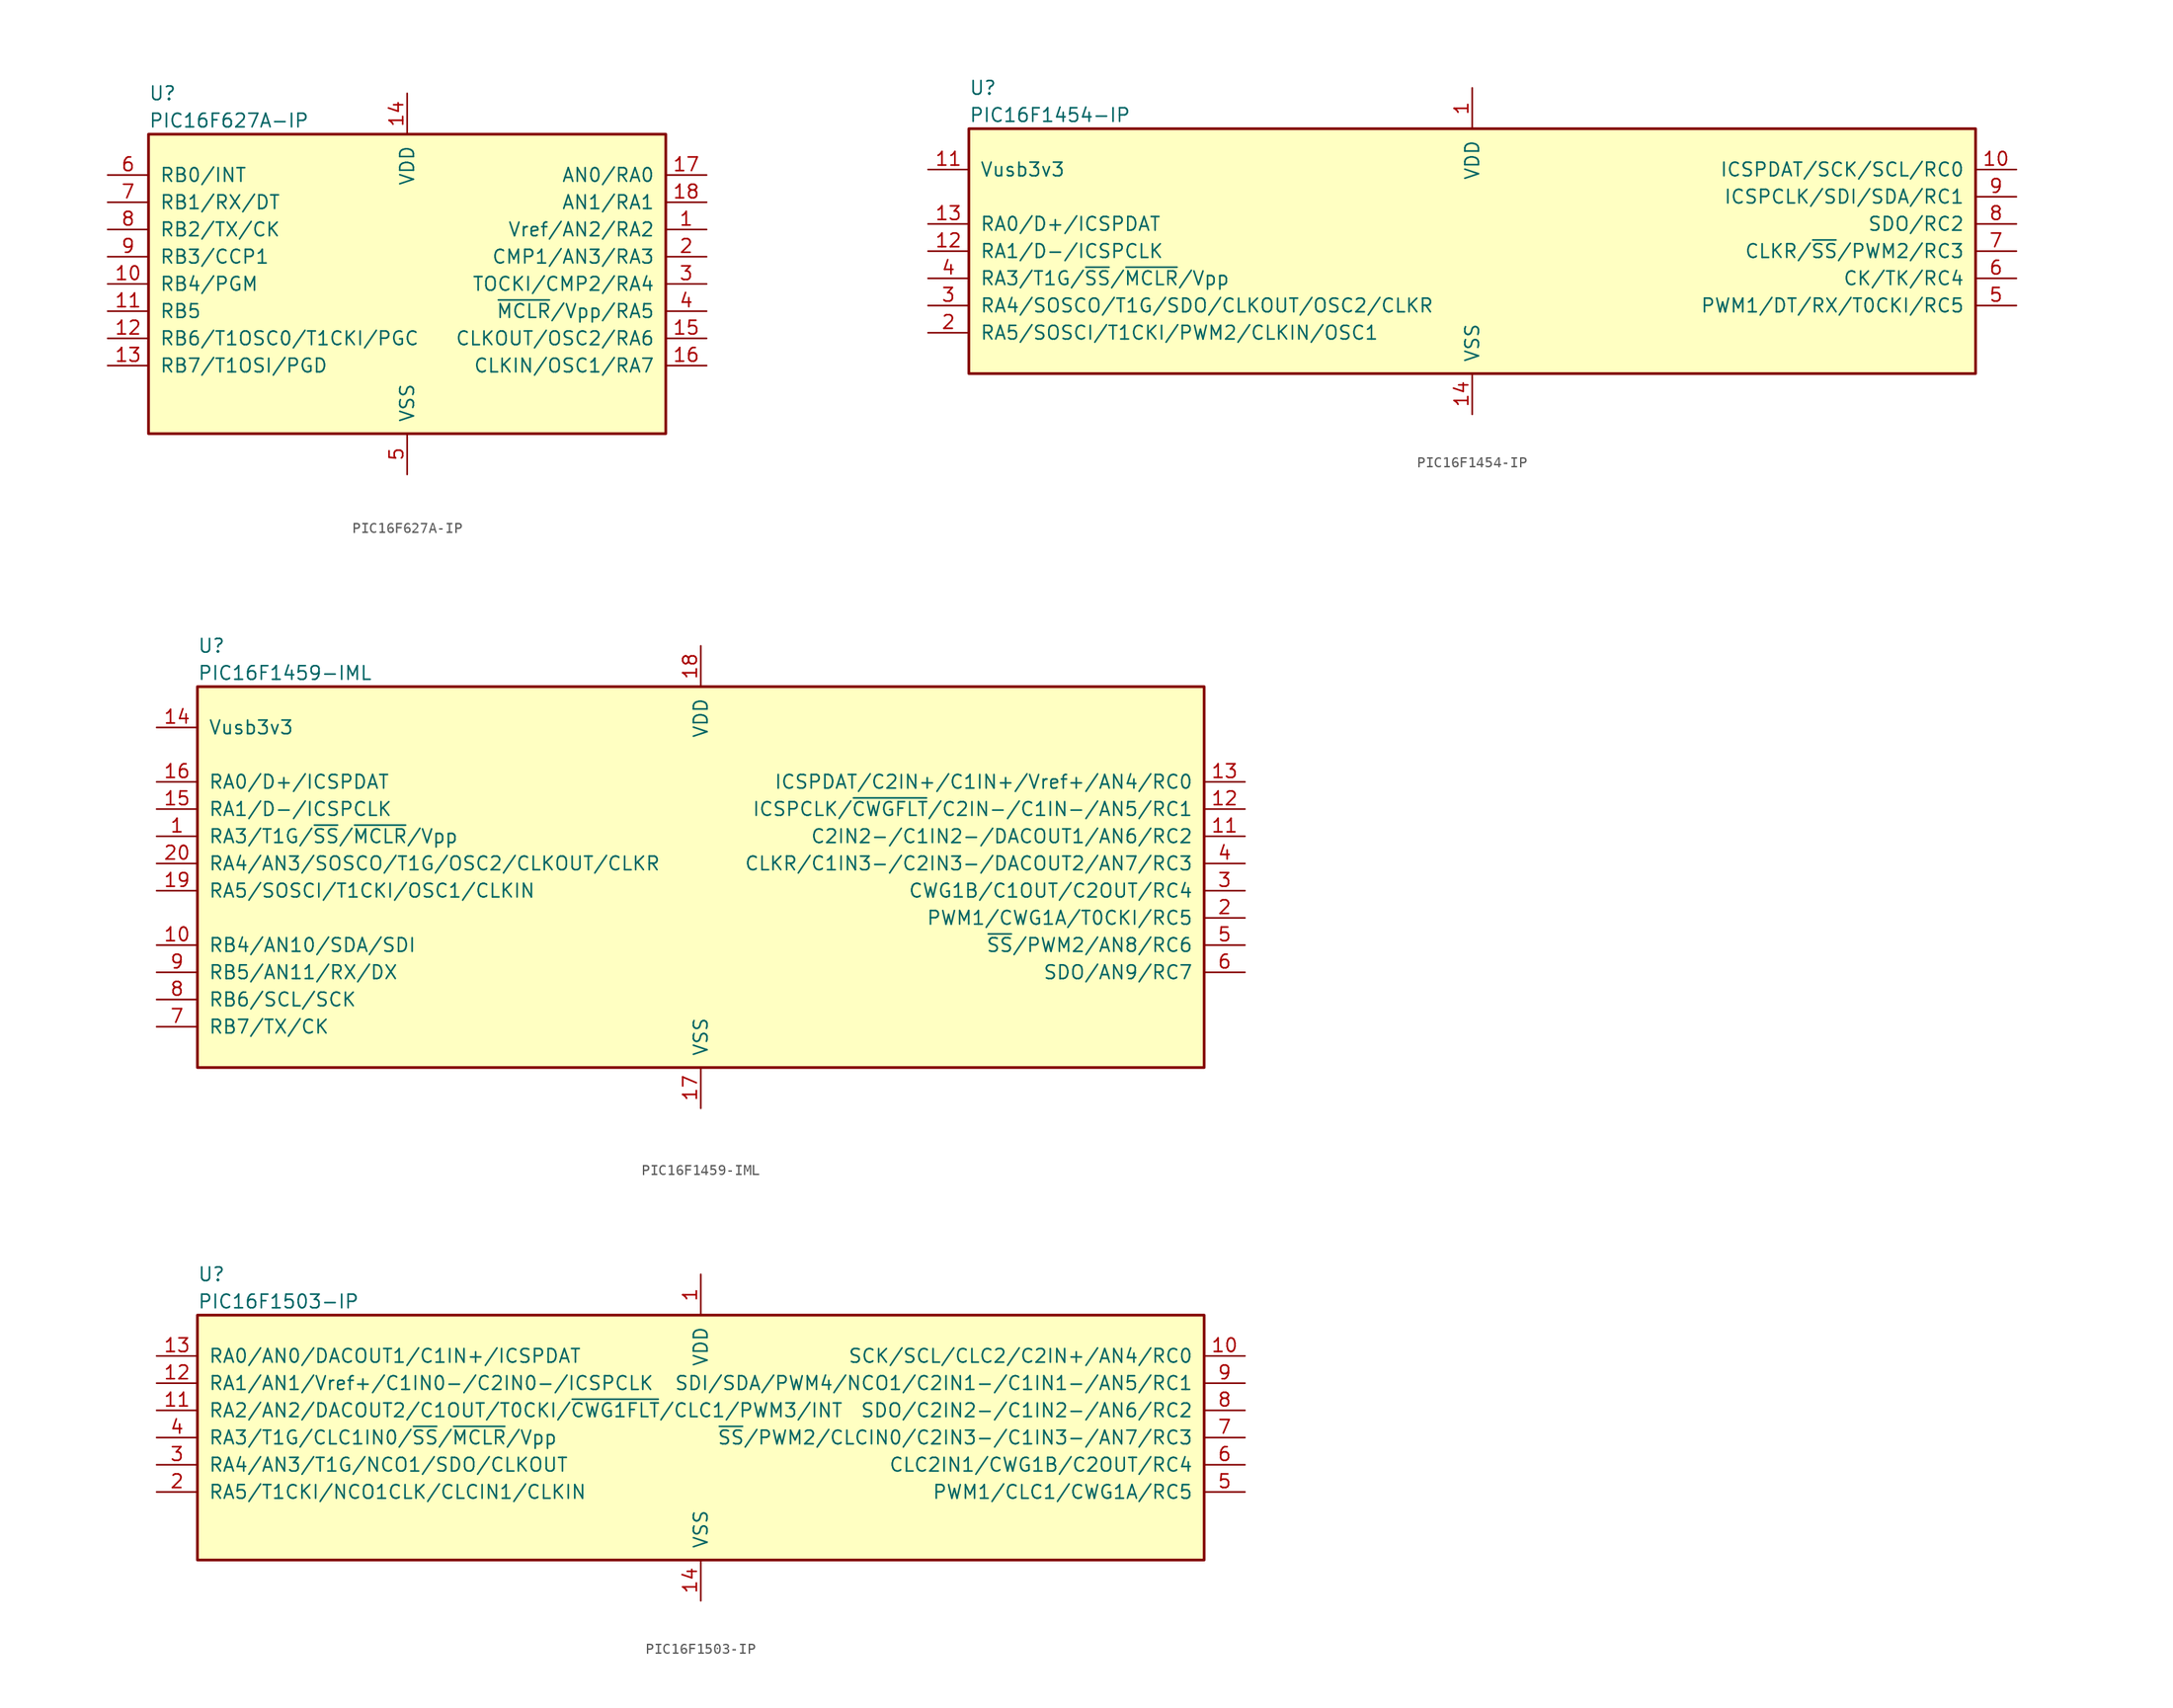
<source format=kicad_sym>
(kicad_symbol_lib
  (version 20201005)
  (generator kicad_symbol_editor)
  (symbol "PIC16F627A-IP"
    (pin_names
      (offset 1.016))
    (property "Reference" "U"
      (at -24.13 17.78 0)
      (effects (font (size 1.27 1.27)) (justify left)))
    (property "Value" "PIC16F627A-IP"
      (at -24.13 15.24 0)
      (effects (font (size 1.27 1.27)) (justify left)))
    (symbol "PIC16F627A-IP_0_1"
      (rectangle (start 24.13 13.97) (end -24.13 -13.97) (stroke (width 0.254)) (fill (type background))))
    (symbol "PIC16F627A-IP_1_1"
      (pin bidirectional line (at 27.94 5.08 180) (length 3.81) (name "Vref/AN2/RA2" (effects (font (size 1.27 1.27)))) (number "1" (effects (font (size 1.27 1.27)))))
      (pin bidirectional line (at -27.94 0 0) (length 3.81) (name "RB4/PGM" (effects (font (size 1.27 1.27)))) (number "10" (effects (font (size 1.27 1.27)))))
      (pin bidirectional line (at -27.94 -2.54 0) (length 3.81) (name "RB5" (effects (font (size 1.27 1.27)))) (number "11" (effects (font (size 1.27 1.27)))))
      (pin bidirectional line (at -27.94 -5.08 0) (length 3.81) (name "RB6/T1OSC0/T1CKI/PGC" (effects (font (size 1.27 1.27)))) (number "12" (effects (font (size 1.27 1.27)))))
      (pin bidirectional line (at -27.94 -7.62 0) (length 3.81) (name "RB7/T1OSI/PGD" (effects (font (size 1.27 1.27)))) (number "13" (effects (font (size 1.27 1.27)))))
      (pin power_in line (at 0 17.78 270) (length 3.81) (name "VDD" (effects (font (size 1.27 1.27)))) (number "14" (effects (font (size 1.27 1.27)))))
      (pin bidirectional line (at 27.94 -5.08 180) (length 3.81) (name "CLKOUT/OSC2/RA6" (effects (font (size 1.27 1.27)))) (number "15" (effects (font (size 1.27 1.27)))))
      (pin bidirectional line (at 27.94 -7.62 180) (length 3.81) (name "CLKIN/OSC1/RA7" (effects (font (size 1.27 1.27)))) (number "16" (effects (font (size 1.27 1.27)))))
      (pin bidirectional line (at 27.94 10.16 180) (length 3.81) (name "AN0/RA0" (effects (font (size 1.27 1.27)))) (number "17" (effects (font (size 1.27 1.27)))))
      (pin bidirectional line (at 27.94 7.62 180) (length 3.81) (name "AN1/RA1" (effects (font (size 1.27 1.27)))) (number "18" (effects (font (size 1.27 1.27)))))
      (pin bidirectional line (at 27.94 2.54 180) (length 3.81) (name "CMP1/AN3/RA3" (effects (font (size 1.27 1.27)))) (number "2" (effects (font (size 1.27 1.27)))))
      (pin bidirectional line (at 27.94 0 180) (length 3.81) (name "TOCKI/CMP2/RA4" (effects (font (size 1.27 1.27)))) (number "3" (effects (font (size 1.27 1.27)))))
      (pin input line (at 27.94 -2.54 180) (length 3.81) (name "~MCLR~/Vpp/RA5" (effects (font (size 1.27 1.27)))) (number "4" (effects (font (size 1.27 1.27)))))
      (pin power_in line (at 0 -17.78 90) (length 3.81) (name "VSS" (effects (font (size 1.27 1.27)))) (number "5" (effects (font (size 1.27 1.27)))))
      (pin bidirectional line (at -27.94 10.16 0) (length 3.81) (name "RB0/INT" (effects (font (size 1.27 1.27)))) (number "6" (effects (font (size 1.27 1.27)))))
      (pin bidirectional line (at -27.94 7.62 0) (length 3.81) (name "RB1/RX/DT" (effects (font (size 1.27 1.27)))) (number "7" (effects (font (size 1.27 1.27)))))
      (pin bidirectional line (at -27.94 5.08 0) (length 3.81) (name "RB2/TX/CK" (effects (font (size 1.27 1.27)))) (number "8" (effects (font (size 1.27 1.27)))))
      (pin bidirectional line (at -27.94 2.54 0) (length 3.81) (name "RB3/CCP1" (effects (font (size 1.27 1.27)))) (number "9" (effects (font (size 1.27 1.27)))))))
  (symbol "PIC16F1454-IP"
    (pin_names
      (offset 1.016))
    (property "Reference" "U"
      (at -46.99 15.24 0)
      (effects (font (size 1.27 1.27)) (justify left)))
    (property "Value" "PIC16F1454-IP"
      (at -46.99 12.7 0)
      (effects (font (size 1.27 1.27)) (justify left)))
    (symbol "PIC16F1454-IP_0_1"
      (rectangle (start -46.99 11.43) (end 46.99 -11.43) (stroke (width 0.254)) (fill (type background))))
    (symbol "PIC16F1454-IP_1_1"
      (pin power_in line (at 0 15.24 270) (length 3.81) (name "VDD" (effects (font (size 1.27 1.27)))) (number "1" (effects (font (size 1.27 1.27)))))
      (pin bidirectional line (at 50.8 7.62 180) (length 3.81) (name "ICSPDAT/SCK/SCL/RC0" (effects (font (size 1.27 1.27)))) (number "10" (effects (font (size 1.27 1.27)))))
      (pin bidirectional line (at -50.8 7.62 0) (length 3.81) (name "Vusb3v3" (effects (font (size 1.27 1.27)))) (number "11" (effects (font (size 1.27 1.27)))))
      (pin bidirectional line (at -50.8 0 0) (length 3.81) (name "RA1/D-/ICSPCLK" (effects (font (size 1.27 1.27)))) (number "12" (effects (font (size 1.27 1.27)))))
      (pin bidirectional line (at -50.8 2.54 0) (length 3.81) (name "RA0/D+/ICSPDAT" (effects (font (size 1.27 1.27)))) (number "13" (effects (font (size 1.27 1.27)))))
      (pin power_in line (at 0 -15.24 90) (length 3.81) (name "VSS" (effects (font (size 1.27 1.27)))) (number "14" (effects (font (size 1.27 1.27)))))
      (pin bidirectional line (at -50.8 -7.62 0) (length 3.81) (name "RA5/SOSCI/T1CKI/PWM2/CLKIN/OSC1" (effects (font (size 1.27 1.27)))) (number "2" (effects (font (size 1.27 1.27)))))
      (pin bidirectional line (at -50.8 -5.08 0) (length 3.81) (name "RA4/SOSCO/T1G/SDO/CLKOUT/OSC2/CLKR" (effects (font (size 1.27 1.27)))) (number "3" (effects (font (size 1.27 1.27)))))
      (pin input line (at -50.8 -2.54 0) (length 3.81) (name "RA3/T1G/~SS~/~MCLR~/Vpp" (effects (font (size 1.27 1.27)))) (number "4" (effects (font (size 1.27 1.27)))))
      (pin bidirectional line (at 50.8 -5.08 180) (length 3.81) (name "PWM1/DT/RX/T0CKI/RC5" (effects (font (size 1.27 1.27)))) (number "5" (effects (font (size 1.27 1.27)))))
      (pin bidirectional line (at 50.8 -2.54 180) (length 3.81) (name "CK/TK/RC4" (effects (font (size 1.27 1.27)))) (number "6" (effects (font (size 1.27 1.27)))))
      (pin bidirectional line (at 50.8 0 180) (length 3.81) (name "CLKR/~SS~/PWM2/RC3" (effects (font (size 1.27 1.27)))) (number "7" (effects (font (size 1.27 1.27)))))
      (pin bidirectional line (at 50.8 2.54 180) (length 3.81) (name "SDO/RC2" (effects (font (size 1.27 1.27)))) (number "8" (effects (font (size 1.27 1.27)))))
      (pin bidirectional line (at 50.8 5.08 180) (length 3.81) (name "ICSPCLK/SDI/SDA/RC1" (effects (font (size 1.27 1.27)))) (number "9" (effects (font (size 1.27 1.27)))))))
  (symbol "PIC16F1459-IML"
    (pin_names
      (offset 1.016))
    (property "Reference" "U"
      (at -46.99 17.78 0)
      (effects (font (size 1.27 1.27)) (justify left)))
    (property "Value" "PIC16F1459-IML"
      (at -46.99 15.24 0)
      (effects (font (size 1.27 1.27)) (justify left)))
    (symbol "PIC16F1459-IML_0_1"
      (rectangle (start -46.99 13.97) (end 46.99 -21.59) (stroke (width 0.254)) (fill (type background))))
    (symbol "PIC16F1459-IML_1_1"
      (pin input line (at -50.8 0 0) (length 3.81) (name "RA3/T1G/~SS~/~MCLR~/Vpp" (effects (font (size 1.27 1.27)))) (number "1" (effects (font (size 1.27 1.27)))))
      (pin bidirectional line (at -50.8 -10.16 0) (length 3.81) (name "RB4/AN10/SDA/SDI" (effects (font (size 1.27 1.27)))) (number "10" (effects (font (size 1.27 1.27)))))
      (pin bidirectional line (at 50.8 0 180) (length 3.81) (name "C2IN2-/C1IN2-/DACOUT1/AN6/RC2" (effects (font (size 1.27 1.27)))) (number "11" (effects (font (size 1.27 1.27)))))
      (pin bidirectional line (at 50.8 2.54 180) (length 3.81) (name "ICSPCLK/~CWGFLT~/C2IN-/C1IN-/AN5/RC1" (effects (font (size 1.27 1.27)))) (number "12" (effects (font (size 1.27 1.27)))))
      (pin bidirectional line (at 50.8 5.08 180) (length 3.81) (name "ICSPDAT/C2IN+/C1IN+/Vref+/AN4/RC0" (effects (font (size 1.27 1.27)))) (number "13" (effects (font (size 1.27 1.27)))))
      (pin bidirectional line (at -50.8 10.16 0) (length 3.81) (name "Vusb3v3" (effects (font (size 1.27 1.27)))) (number "14" (effects (font (size 1.27 1.27)))))
      (pin bidirectional line (at -50.8 2.54 0) (length 3.81) (name "RA1/D-/ICSPCLK" (effects (font (size 1.27 1.27)))) (number "15" (effects (font (size 1.27 1.27)))))
      (pin bidirectional line (at -50.8 5.08 0) (length 3.81) (name "RA0/D+/ICSPDAT" (effects (font (size 1.27 1.27)))) (number "16" (effects (font (size 1.27 1.27)))))
      (pin power_in line (at 0 -25.4 90) (length 3.81) (name "VSS" (effects (font (size 1.27 1.27)))) (number "17" (effects (font (size 1.27 1.27)))))
      (pin power_in line (at 0 17.78 270) (length 3.81) (name "VDD" (effects (font (size 1.27 1.27)))) (number "18" (effects (font (size 1.27 1.27)))))
      (pin bidirectional line (at -50.8 -5.08 0) (length 3.81) (name "RA5/SOSCI/T1CKI/OSC1/CLKIN" (effects (font (size 1.27 1.27)))) (number "19" (effects (font (size 1.27 1.27)))))
      (pin bidirectional line (at 50.8 -7.62 180) (length 3.81) (name "PWM1/CWG1A/T0CKI/RC5" (effects (font (size 1.27 1.27)))) (number "2" (effects (font (size 1.27 1.27)))))
      (pin bidirectional line (at -50.8 -2.54 0) (length 3.81) (name "RA4/AN3/SOSCO/T1G/OSC2/CLKOUT/CLKR" (effects (font (size 1.27 1.27)))) (number "20" (effects (font (size 1.27 1.27)))))
      (pin bidirectional line (at 50.8 -5.08 180) (length 3.81) (name "CWG1B/C1OUT/C2OUT/RC4" (effects (font (size 1.27 1.27)))) (number "3" (effects (font (size 1.27 1.27)))))
      (pin bidirectional line (at 50.8 -2.54 180) (length 3.81) (name "CLKR/C1IN3-/C2IN3-/DACOUT2/AN7/RC3" (effects (font (size 1.27 1.27)))) (number "4" (effects (font (size 1.27 1.27)))))
      (pin bidirectional line (at 50.8 -10.16 180) (length 3.81) (name "~SS~/PWM2/AN8/RC6" (effects (font (size 1.27 1.27)))) (number "5" (effects (font (size 1.27 1.27)))))
      (pin bidirectional line (at 50.8 -12.7 180) (length 3.81) (name "SDO/AN9/RC7" (effects (font (size 1.27 1.27)))) (number "6" (effects (font (size 1.27 1.27)))))
      (pin bidirectional line (at -50.8 -17.78 0) (length 3.81) (name "RB7/TX/CK" (effects (font (size 1.27 1.27)))) (number "7" (effects (font (size 1.27 1.27)))))
      (pin bidirectional line (at -50.8 -15.24 0) (length 3.81) (name "RB6/SCL/SCK" (effects (font (size 1.27 1.27)))) (number "8" (effects (font (size 1.27 1.27)))))
      (pin bidirectional line (at -50.8 -12.7 0) (length 3.81) (name "RB5/AN11/RX/DX" (effects (font (size 1.27 1.27)))) (number "9" (effects (font (size 1.27 1.27)))))))
  (symbol "PIC16F1503-IP"
    (pin_names
      (offset 1.016))
    (property "Reference" "U"
      (at -46.99 15.24 0)
      (effects (font (size 1.27 1.27)) (justify left)))
    (property "Value" "PIC16F1503-IP"
      (at -46.99 12.7 0)
      (effects (font (size 1.27 1.27)) (justify left)))
    (symbol "PIC16F1503-IP_0_1"
      (rectangle (start -46.99 11.43) (end 46.99 -11.43) (stroke (width 0.254)) (fill (type background))))
    (symbol "PIC16F1503-IP_1_1"
      (pin power_in line (at 0 15.24 270) (length 3.81) (name "VDD" (effects (font (size 1.27 1.27)))) (number "1" (effects (font (size 1.27 1.27)))))
      (pin bidirectional line (at 50.8 7.62 180) (length 3.81) (name "SCK/SCL/CLC2/C2IN+/AN4/RC0" (effects (font (size 1.27 1.27)))) (number "10" (effects (font (size 1.27 1.27)))))
      (pin bidirectional line (at -50.8 2.54 0) (length 3.81) (name "RA2/AN2/DACOUT2/C1OUT/T0CKI/~CWG1FLT~/CLC1/PWM3/INT" (effects (font (size 1.27 1.27)))) (number "11" (effects (font (size 1.27 1.27)))))
      (pin bidirectional line (at -50.8 5.08 0) (length 3.81) (name "RA1/AN1/Vref+/C1IN0-/C2IN0-/ICSPCLK" (effects (font (size 1.27 1.27)))) (number "12" (effects (font (size 1.27 1.27)))))
      (pin bidirectional line (at -50.8 7.62 0) (length 3.81) (name "RA0/AN0/DACOUT1/C1IN+/ICSPDAT" (effects (font (size 1.27 1.27)))) (number "13" (effects (font (size 1.27 1.27)))))
      (pin power_in line (at 0 -15.24 90) (length 3.81) (name "VSS" (effects (font (size 1.27 1.27)))) (number "14" (effects (font (size 1.27 1.27)))))
      (pin bidirectional line (at -50.8 -5.08 0) (length 3.81) (name "RA5/T1CKI/NCO1CLK/CLCIN1/CLKIN" (effects (font (size 1.27 1.27)))) (number "2" (effects (font (size 1.27 1.27)))))
      (pin bidirectional line (at -50.8 -2.54 0) (length 3.81) (name "RA4/AN3/T1G/NCO1/SDO/CLKOUT" (effects (font (size 1.27 1.27)))) (number "3" (effects (font (size 1.27 1.27)))))
      (pin input line (at -50.8 0 0) (length 3.81) (name "RA3/T1G/CLC1IN0/~SS~/~MCLR~/Vpp" (effects (font (size 1.27 1.27)))) (number "4" (effects (font (size 1.27 1.27)))))
      (pin bidirectional line (at 50.8 -5.08 180) (length 3.81) (name "PWM1/CLC1/CWG1A/RC5" (effects (font (size 1.27 1.27)))) (number "5" (effects (font (size 1.27 1.27)))))
      (pin bidirectional line (at 50.8 -2.54 180) (length 3.81) (name "CLC2IN1/CWG1B/C2OUT/RC4" (effects (font (size 1.27 1.27)))) (number "6" (effects (font (size 1.27 1.27)))))
      (pin bidirectional line (at 50.8 0 180) (length 3.81) (name "~SS~/PWM2/CLCIN0/C2IN3-/C1IN3-/AN7/RC3" (effects (font (size 1.27 1.27)))) (number "7" (effects (font (size 1.27 1.27)))))
      (pin bidirectional line (at 50.8 2.54 180) (length 3.81) (name "SDO/C2IN2-/C1IN2-/AN6/RC2" (effects (font (size 1.27 1.27)))) (number "8" (effects (font (size 1.27 1.27)))))
      (pin bidirectional line (at 50.8 5.08 180) (length 3.81) (name "SDI/SDA/PWM4/NCO1/C2IN1-/C1IN1-/AN5/RC1" (effects (font (size 1.27 1.27)))) (number "9" (effects (font (size 1.27 1.27))))))))
</source>
